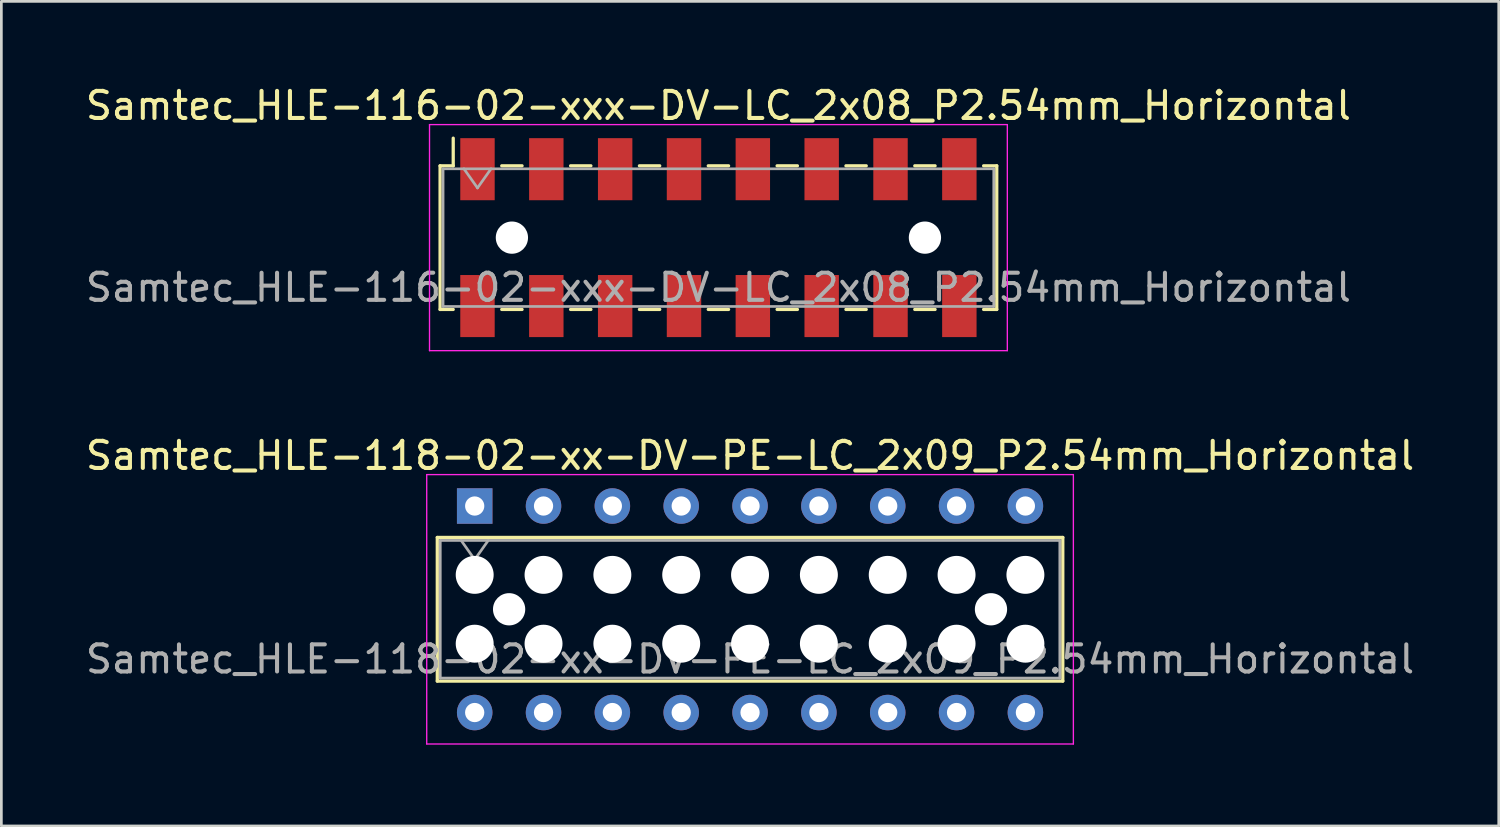
<source format=kicad_pcb>
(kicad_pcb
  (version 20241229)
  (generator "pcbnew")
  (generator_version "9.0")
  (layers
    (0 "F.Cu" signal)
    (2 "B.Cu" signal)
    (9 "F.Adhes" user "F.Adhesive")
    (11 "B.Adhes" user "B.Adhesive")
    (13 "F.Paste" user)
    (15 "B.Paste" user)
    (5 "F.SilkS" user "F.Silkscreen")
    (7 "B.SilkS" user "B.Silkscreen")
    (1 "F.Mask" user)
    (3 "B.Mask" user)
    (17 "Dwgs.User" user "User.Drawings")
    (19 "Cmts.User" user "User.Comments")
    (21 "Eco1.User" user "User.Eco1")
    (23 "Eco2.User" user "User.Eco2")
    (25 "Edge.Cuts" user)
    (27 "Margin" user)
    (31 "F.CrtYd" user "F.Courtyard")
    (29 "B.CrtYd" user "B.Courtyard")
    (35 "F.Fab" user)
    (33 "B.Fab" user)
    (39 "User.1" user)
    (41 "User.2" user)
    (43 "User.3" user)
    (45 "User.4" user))
  (footprint "Samtec_HLE-116-02-xxx-DV-LC_2x08_P2.54mm_Horizontal"
    (layer "F.Cu")
    (at 23.458 5.718)
    (property "Reference" "Samtec_HLE-116-02-xxx-DV-LC_2x08_P2.54mm_Horizontal" (at 0 -4.87 0) (layer "F.SilkS") (effects (font (size 1 1) (thickness 0.15))))
    (attr smd)
    (fp_line (start -10.27 -2.65) (end -10.27 2.65) (stroke (width 0.12) (type solid)) (layer "F.SilkS"))
    (fp_line (start -10.27 2.65) (end -9.785 2.65) (stroke (width 0.12) (type solid)) (layer "F.SilkS"))
    (fp_line (start -9.785 -3.67) (end -9.785 -2.65) (stroke (width 0.12) (type solid)) (layer "F.SilkS"))
    (fp_line (start -9.785 -2.65) (end -10.27 -2.65) (stroke (width 0.12) (type solid)) (layer "F.SilkS"))
    (fp_line (start -7.995 -2.65) (end -7.245 -2.65) (stroke (width 0.12) (type solid)) (layer "F.SilkS"))
    (fp_line (start -7.995 2.65) (end -7.245 2.65) (stroke (width 0.12) (type solid)) (layer "F.SilkS"))
    (fp_line (start -5.455 -2.65) (end -4.705 -2.65) (stroke (width 0.12) (type solid)) (layer "F.SilkS"))
    (fp_line (start -5.455 2.65) (end -4.705 2.65) (stroke (width 0.12) (type solid)) (layer "F.SilkS"))
    (fp_line (start -2.915 -2.65) (end -2.165 -2.65) (stroke (width 0.12) (type solid)) (layer "F.SilkS"))
    (fp_line (start -2.915 2.65) (end -2.165 2.65) (stroke (width 0.12) (type solid)) (layer "F.SilkS"))
    (fp_line (start -0.375 -2.65) (end 0.375 -2.65) (stroke (width 0.12) (type solid)) (layer "F.SilkS"))
    (fp_line (start -0.375 2.65) (end 0.375 2.65) (stroke (width 0.12) (type solid)) (layer "F.SilkS"))
    (fp_line (start 2.165 -2.65) (end 2.915 -2.65) (stroke (width 0.12) (type solid)) (layer "F.SilkS"))
    (fp_line (start 2.165 2.65) (end 2.915 2.65) (stroke (width 0.12) (type solid)) (layer "F.SilkS"))
    (fp_line (start 4.705 -2.65) (end 5.455 -2.65) (stroke (width 0.12) (type solid)) (layer "F.SilkS"))
    (fp_line (start 4.705 2.65) (end 5.455 2.65) (stroke (width 0.12) (type solid)) (layer "F.SilkS"))
    (fp_line (start 7.245 -2.65) (end 7.995 -2.65) (stroke (width 0.12) (type solid)) (layer "F.SilkS"))
    (fp_line (start 7.245 2.65) (end 7.995 2.65) (stroke (width 0.12) (type solid)) (layer "F.SilkS"))
    (fp_line (start 9.785 -2.65) (end 10.27 -2.65) (stroke (width 0.12) (type solid)) (layer "F.SilkS"))
    (fp_line (start 10.27 -2.65) (end 10.27 2.65) (stroke (width 0.12) (type solid)) (layer "F.SilkS"))
    (fp_line (start 10.27 2.65) (end 9.785 2.65) (stroke (width 0.12) (type solid)) (layer "F.SilkS"))
    (fp_line (start -10.66 -4.17) (end 10.66 -4.17) (stroke (width 0.05) (type solid)) (layer "F.CrtYd"))
    (fp_line (start -10.66 4.17) (end -10.66 -4.17) (stroke (width 0.05) (type solid)) (layer "F.CrtYd"))
    (fp_line (start 10.66 -4.17) (end 10.66 4.17) (stroke (width 0.05) (type solid)) (layer "F.CrtYd"))
    (fp_line (start 10.66 4.17) (end -10.66 4.17) (stroke (width 0.05) (type solid)) (layer "F.CrtYd"))
    (fp_line (start -10.16 -2.54) (end 10.16 -2.54) (stroke (width 0.1) (type solid)) (layer "F.Fab"))
    (fp_line (start -10.16 2.54) (end -10.16 -2.54) (stroke (width 0.1) (type solid)) (layer "F.Fab"))
    (fp_line (start -9.39 -2.54) (end -8.89 -1.833) (stroke (width 0.1) (type solid)) (layer "F.Fab"))
    (fp_line (start -8.89 -1.833) (end -8.39 -2.54) (stroke (width 0.1) (type solid)) (layer "F.Fab"))
    (fp_line (start 10.16 -2.54) (end 10.16 2.54) (stroke (width 0.1) (type solid)) (layer "F.Fab"))
    (fp_line (start 10.16 2.54) (end -10.16 2.54) (stroke (width 0.1) (type solid)) (layer "F.Fab"))
    (fp_text user "${REFERENCE}" (at 0 1.84 0) (layer "F.Fab") (effects (font (size 1 1) (thickness 0.15))))
    (pad "" np_thru_hole circle (at -7.62 0) (size 1.19 1.19) (drill 1.19) (layers "*.Cu" "*.Mask"))
    (pad "" np_thru_hole circle (at 7.62 0) (size 1.19 1.19) (drill 1.19) (layers "*.Cu" "*.Mask"))
    (pad "1" smd rect (at -8.89 -2.525) (size 1.27 2.29) (layers "F.Cu" "F.Mask" "F.Paste"))
    (pad "2" smd rect (at -8.89 2.525) (size 1.27 2.29) (layers "F.Cu" "F.Mask" "F.Paste"))
    (pad "3" smd rect (at -6.35 -2.525) (size 1.27 2.29) (layers "F.Cu" "F.Mask" "F.Paste"))
    (pad "4" smd rect (at -6.35 2.525) (size 1.27 2.29) (layers "F.Cu" "F.Mask" "F.Paste"))
    (pad "5" smd rect (at -3.81 -2.525) (size 1.27 2.29) (layers "F.Cu" "F.Mask" "F.Paste"))
    (pad "6" smd rect (at -3.81 2.525) (size 1.27 2.29) (layers "F.Cu" "F.Mask" "F.Paste"))
    (pad "7" smd rect (at -1.27 -2.525) (size 1.27 2.29) (layers "F.Cu" "F.Mask" "F.Paste"))
    (pad "8" smd rect (at -1.27 2.525) (size 1.27 2.29) (layers "F.Cu" "F.Mask" "F.Paste"))
    (pad "9" smd rect (at 1.27 -2.525) (size 1.27 2.29) (layers "F.Cu" "F.Mask" "F.Paste"))
    (pad "10" smd rect (at 1.27 2.525) (size 1.27 2.29) (layers "F.Cu" "F.Mask" "F.Paste"))
    (pad "11" smd rect (at 3.81 -2.525) (size 1.27 2.29) (layers "F.Cu" "F.Mask" "F.Paste"))
    (pad "12" smd rect (at 3.81 2.525) (size 1.27 2.29) (layers "F.Cu" "F.Mask" "F.Paste"))
    (pad "13" smd rect (at 6.35 -2.525) (size 1.27 2.29) (layers "F.Cu" "F.Mask" "F.Paste"))
    (pad "14" smd rect (at 6.35 2.525) (size 1.27 2.29) (layers "F.Cu" "F.Mask" "F.Paste"))
    (pad "15" smd rect (at 8.89 -2.525) (size 1.27 2.29) (layers "F.Cu" "F.Mask" "F.Paste"))
    (pad "16" smd rect (at 8.89 2.525) (size 1.27 2.29) (layers "F.Cu" "F.Mask" "F.Paste")))
  (footprint "Samtec_HLE-118-02-xx-DV-PE-LC_2x09_P2.54mm_Horizontal"
    (layer "F.Cu")
    (at 14.465 15.621)
    (property "Reference" "Samtec_HLE-118-02-xx-DV-PE-LC_2x09_P2.54mm_Horizontal" (at 10.16 -1.86 0) (layer "F.SilkS") (effects (font (size 1 1) (thickness 0.15))))
    (attr through_hole)
    (fp_line (start -1.38 1.16) (end 21.7 1.16) (stroke (width 0.12) (type solid)) (layer "F.SilkS"))
    (fp_line (start -1.38 6.46) (end -1.38 1.16) (stroke (width 0.12) (type solid)) (layer "F.SilkS"))
    (fp_line (start 21.7 1.16) (end 21.7 6.46) (stroke (width 0.12) (type solid)) (layer "F.SilkS"))
    (fp_line (start 21.7 6.46) (end -1.38 6.46) (stroke (width 0.12) (type solid)) (layer "F.SilkS"))
    (fp_line (start -1.77 -1.16) (end 22.09 -1.16) (stroke (width 0.05) (type solid)) (layer "F.CrtYd"))
    (fp_line (start -1.77 8.78) (end -1.77 -1.16) (stroke (width 0.05) (type solid)) (layer "F.CrtYd"))
    (fp_line (start 22.09 -1.16) (end 22.09 8.78) (stroke (width 0.05) (type solid)) (layer "F.CrtYd"))
    (fp_line (start 22.09 8.78) (end -1.77 8.78) (stroke (width 0.05) (type solid)) (layer "F.CrtYd"))
    (fp_line (start -1.27 1.27) (end 21.59 1.27) (stroke (width 0.1) (type solid)) (layer "F.Fab"))
    (fp_line (start -1.27 6.35) (end -1.27 1.27) (stroke (width 0.1) (type solid)) (layer "F.Fab"))
    (fp_line (start -0.5 1.27) (end 0 1.977) (stroke (width 0.1) (type solid)) (layer "F.Fab"))
    (fp_line (start 0 1.977) (end 0.5 1.27) (stroke (width 0.1) (type solid)) (layer "F.Fab"))
    (fp_line (start 21.59 1.27) (end 21.59 6.35) (stroke (width 0.1) (type solid)) (layer "F.Fab"))
    (fp_line (start 21.59 6.35) (end -1.27 6.35) (stroke (width 0.1) (type solid)) (layer "F.Fab"))
    (fp_text user "${REFERENCE}" (at 10.16 5.65 0) (layer "F.Fab") (effects (font (size 1 1) (thickness 0.15))))
    (pad "" np_thru_hole circle (at 0 2.54) (size 1.4 1.4) (drill 1.4) (layers "*.Cu" "*.Mask"))
    (pad "" np_thru_hole circle (at 0 5.08) (size 1.4 1.4) (drill 1.4) (layers "*.Cu" "*.Mask"))
    (pad "" np_thru_hole circle (at 1.27 3.81) (size 1.19 1.19) (drill 1.19) (layers "*.Cu" "*.Mask"))
    (pad "" np_thru_hole circle (at 2.54 2.54) (size 1.4 1.4) (drill 1.4) (layers "*.Cu" "*.Mask"))
    (pad "" np_thru_hole circle (at 2.54 5.08) (size 1.4 1.4) (drill 1.4) (layers "*.Cu" "*.Mask"))
    (pad "" np_thru_hole circle (at 5.08 2.54) (size 1.4 1.4) (drill 1.4) (layers "*.Cu" "*.Mask"))
    (pad "" np_thru_hole circle (at 5.08 5.08) (size 1.4 1.4) (drill 1.4) (layers "*.Cu" "*.Mask"))
    (pad "" np_thru_hole circle (at 7.62 2.54) (size 1.4 1.4) (drill 1.4) (layers "*.Cu" "*.Mask"))
    (pad "" np_thru_hole circle (at 7.62 5.08) (size 1.4 1.4) (drill 1.4) (layers "*.Cu" "*.Mask"))
    (pad "" np_thru_hole circle (at 10.16 2.54) (size 1.4 1.4) (drill 1.4) (layers "*.Cu" "*.Mask"))
    (pad "" np_thru_hole circle (at 10.16 5.08) (size 1.4 1.4) (drill 1.4) (layers "*.Cu" "*.Mask"))
    (pad "" np_thru_hole circle (at 12.7 2.54) (size 1.4 1.4) (drill 1.4) (layers "*.Cu" "*.Mask"))
    (pad "" np_thru_hole circle (at 12.7 5.08) (size 1.4 1.4) (drill 1.4) (layers "*.Cu" "*.Mask"))
    (pad "" np_thru_hole circle (at 15.24 2.54) (size 1.4 1.4) (drill 1.4) (layers "*.Cu" "*.Mask"))
    (pad "" np_thru_hole circle (at 15.24 5.08) (size 1.4 1.4) (drill 1.4) (layers "*.Cu" "*.Mask"))
    (pad "" np_thru_hole circle (at 17.78 2.54) (size 1.4 1.4) (drill 1.4) (layers "*.Cu" "*.Mask"))
    (pad "" np_thru_hole circle (at 17.78 5.08) (size 1.4 1.4) (drill 1.4) (layers "*.Cu" "*.Mask"))
    (pad "" np_thru_hole circle (at 19.05 3.81) (size 1.19 1.19) (drill 1.19) (layers "*.Cu" "*.Mask"))
    (pad "" np_thru_hole circle (at 20.32 2.54) (size 1.4 1.4) (drill 1.4) (layers "*.Cu" "*.Mask"))
    (pad "" np_thru_hole circle (at 20.32 5.08) (size 1.4 1.4) (drill 1.4) (layers "*.Cu" "*.Mask"))
    (pad "1" thru_hole rect (at 0 0) (size 1.31 1.31) (drill 0.71) (layers "*.Cu" "*.Mask"))
    (pad "2" thru_hole circle (at 0 7.62) (size 1.31 1.31) (drill 0.71) (layers "*.Cu" "*.Mask"))
    (pad "3" thru_hole circle (at 2.54 0) (size 1.31 1.31) (drill 0.71) (layers "*.Cu" "*.Mask"))
    (pad "4" thru_hole circle (at 2.54 7.62) (size 1.31 1.31) (drill 0.71) (layers "*.Cu" "*.Mask"))
    (pad "5" thru_hole circle (at 5.08 0) (size 1.31 1.31) (drill 0.71) (layers "*.Cu" "*.Mask"))
    (pad "6" thru_hole circle (at 5.08 7.62) (size 1.31 1.31) (drill 0.71) (layers "*.Cu" "*.Mask"))
    (pad "7" thru_hole circle (at 7.62 0) (size 1.31 1.31) (drill 0.71) (layers "*.Cu" "*.Mask"))
    (pad "8" thru_hole circle (at 7.62 7.62) (size 1.31 1.31) (drill 0.71) (layers "*.Cu" "*.Mask"))
    (pad "9" thru_hole circle (at 10.16 0) (size 1.31 1.31) (drill 0.71) (layers "*.Cu" "*.Mask"))
    (pad "10" thru_hole circle (at 10.16 7.62) (size 1.31 1.31) (drill 0.71) (layers "*.Cu" "*.Mask"))
    (pad "11" thru_hole circle (at 12.7 0) (size 1.31 1.31) (drill 0.71) (layers "*.Cu" "*.Mask"))
    (pad "12" thru_hole circle (at 12.7 7.62) (size 1.31 1.31) (drill 0.71) (layers "*.Cu" "*.Mask"))
    (pad "13" thru_hole circle (at 15.24 0) (size 1.31 1.31) (drill 0.71) (layers "*.Cu" "*.Mask"))
    (pad "14" thru_hole circle (at 15.24 7.62) (size 1.31 1.31) (drill 0.71) (layers "*.Cu" "*.Mask"))
    (pad "15" thru_hole circle (at 17.78 0) (size 1.31 1.31) (drill 0.71) (layers "*.Cu" "*.Mask"))
    (pad "16" thru_hole circle (at 17.78 7.62) (size 1.31 1.31) (drill 0.71) (layers "*.Cu" "*.Mask"))
    (pad "17" thru_hole circle (at 20.32 0) (size 1.31 1.31) (drill 0.71) (layers "*.Cu" "*.Mask"))
    (pad "18" thru_hole circle (at 20.32 7.62) (size 1.31 1.31) (drill 0.71) (layers "*.Cu" "*.Mask")))
  (gr_rect
    (start -3 -3)
    (end 52.25 27.427)
    (stroke (width 0.1) (type default))
    (fill no)
    (layer "Edge.Cuts")))
</source>
